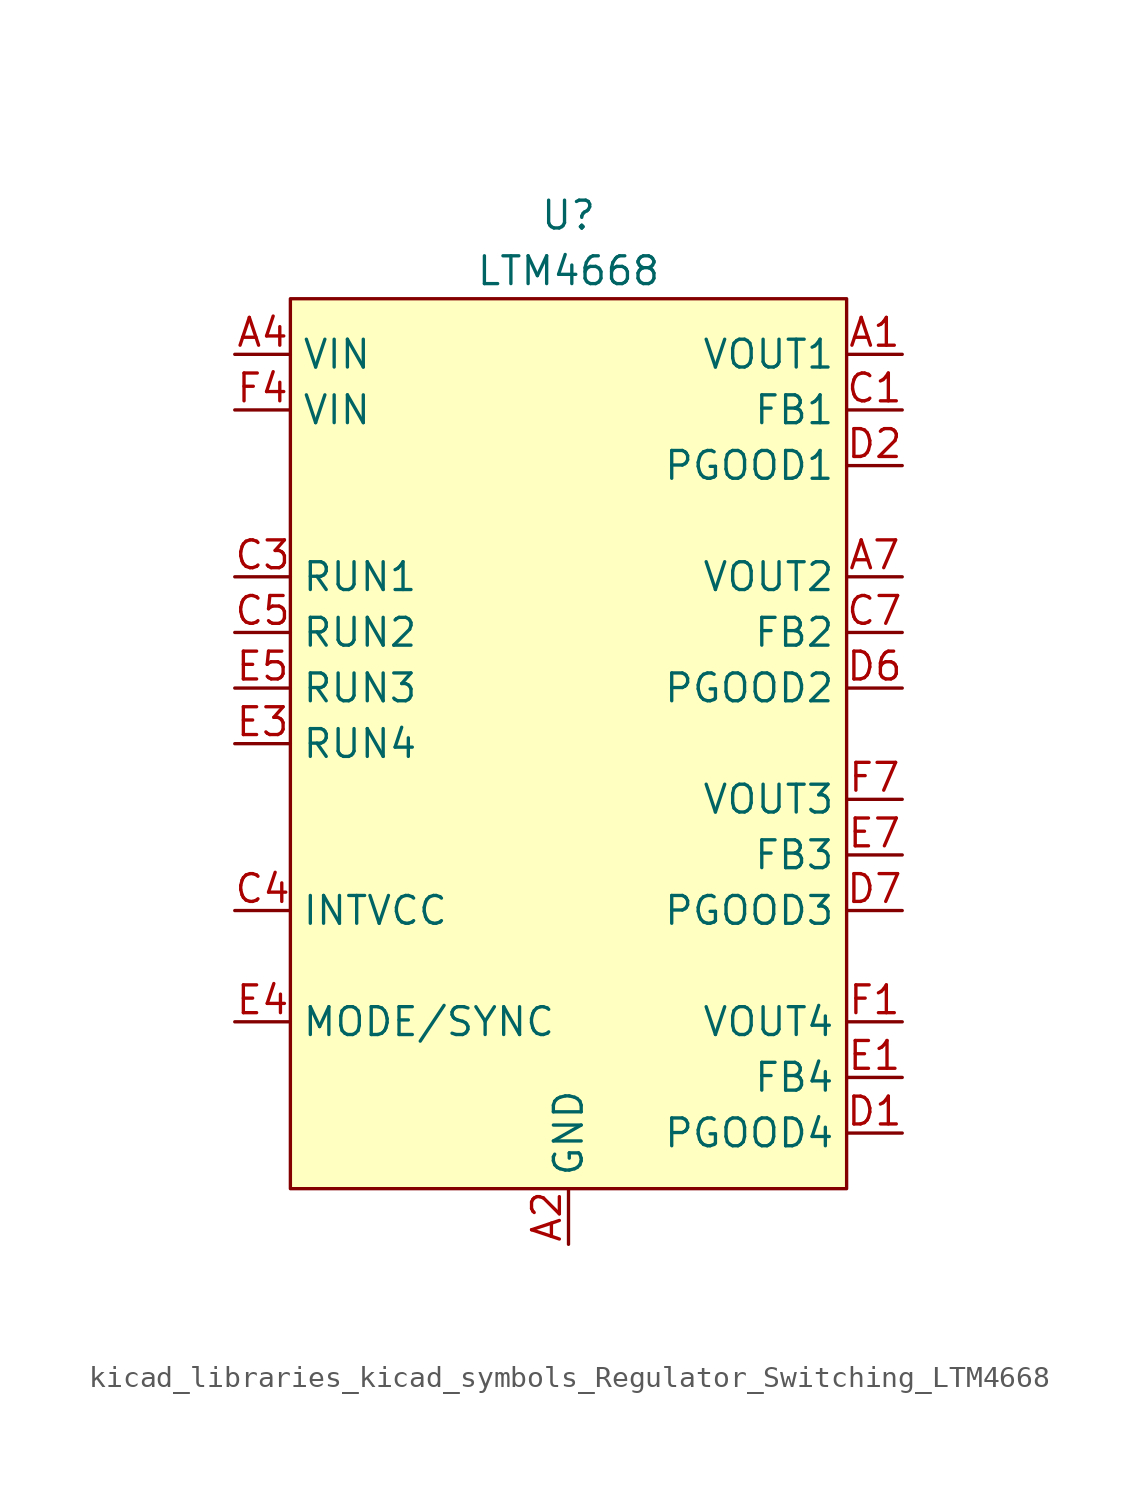
<source format=kicad_sym>
(kicad_symbol_lib
  (version 20220914)
  (generator kicad_symbol_editor)
  (symbol "kicad_libraries_kicad_symbols_Regulator_Switching_LTM4668"
    (property "Reference" "U"
      (at 0 24.13 0)
      (effects (font (size 1.27 1.27))))
    (property "Value" "LTM4668"
      (at 0 21.59 0)
      (effects (font (size 1.27 1.27))))
    (symbol "kicad_libraries_kicad_symbols_Regulator_Switching_LTM4668_1_1"
      (rectangle (start -12.7 20.32) (end 12.7 -20.32) (stroke (width 0) (type default)) (fill (type background)))
      (pin power_out line (at 15.24 17.78 180) (length 2.54) (name "VOUT1" (effects (font (size 1.27 1.27)))) (number "A1" (effects (font (size 1.27 1.27)))))
      (pin power_in line (at 0 -22.86 90) (length 2.54) (name "GND" (effects (font (size 1.27 1.27)))) (number "A2" (effects (font (size 1.27 1.27)))))
      (pin passive line (at 0 -22.86 90) (length 2.54) hide (name "GND" (effects (font (size 1.27 1.27)))) (number "A3" (effects (font (size 1.27 1.27)))))
      (pin power_in line (at -15.24 17.78 0) (length 2.54) (name "VIN" (effects (font (size 1.27 1.27)))) (number "A4" (effects (font (size 1.27 1.27)))))
      (pin passive line (at 0 -22.86 90) (length 2.54) hide (name "GND" (effects (font (size 1.27 1.27)))) (number "A5" (effects (font (size 1.27 1.27)))))
      (pin passive line (at 0 -22.86 90) (length 2.54) hide (name "GND" (effects (font (size 1.27 1.27)))) (number "A6" (effects (font (size 1.27 1.27)))))
      (pin power_out line (at 15.24 7.62 180) (length 2.54) (name "VOUT2" (effects (font (size 1.27 1.27)))) (number "A7" (effects (font (size 1.27 1.27)))))
      (pin passive line (at 15.24 17.78 180) (length 2.54) hide (name "VOUT1" (effects (font (size 1.27 1.27)))) (number "B1" (effects (font (size 1.27 1.27)))))
      (pin passive line (at 0 -22.86 90) (length 2.54) hide (name "GND" (effects (font (size 1.27 1.27)))) (number "B2" (effects (font (size 1.27 1.27)))))
      (pin passive line (at 0 -22.86 90) (length 2.54) hide (name "GND" (effects (font (size 1.27 1.27)))) (number "B3" (effects (font (size 1.27 1.27)))))
      (pin passive line (at -15.24 17.78 0) (length 2.54) hide (name "VIN" (effects (font (size 1.27 1.27)))) (number "B4" (effects (font (size 1.27 1.27)))))
      (pin passive line (at 0 -22.86 90) (length 2.54) hide (name "GND" (effects (font (size 1.27 1.27)))) (number "B5" (effects (font (size 1.27 1.27)))))
      (pin passive line (at 0 -22.86 90) (length 2.54) hide (name "GND" (effects (font (size 1.27 1.27)))) (number "B6" (effects (font (size 1.27 1.27)))))
      (pin passive line (at 15.24 7.62 180) (length 2.54) hide (name "VOUT2" (effects (font (size 1.27 1.27)))) (number "B7" (effects (font (size 1.27 1.27)))))
      (pin output line (at 15.24 15.24 180) (length 2.54) (name "FB1" (effects (font (size 1.27 1.27)))) (number "C1" (effects (font (size 1.27 1.27)))))
      (pin passive line (at 0 -22.86 90) (length 2.54) hide (name "GND" (effects (font (size 1.27 1.27)))) (number "C2" (effects (font (size 1.27 1.27)))))
      (pin input line (at -15.24 7.62 0) (length 2.54) (name "RUN1" (effects (font (size 1.27 1.27)))) (number "C3" (effects (font (size 1.27 1.27)))))
      (pin output line (at -15.24 -7.62 0) (length 2.54) (name "INTVCC" (effects (font (size 1.27 1.27)))) (number "C4" (effects (font (size 1.27 1.27)))))
      (pin input line (at -15.24 5.08 0) (length 2.54) (name "RUN2" (effects (font (size 1.27 1.27)))) (number "C5" (effects (font (size 1.27 1.27)))))
      (pin passive line (at 0 -22.86 90) (length 2.54) hide (name "GND" (effects (font (size 1.27 1.27)))) (number "C6" (effects (font (size 1.27 1.27)))))
      (pin output line (at 15.24 5.08 180) (length 2.54) (name "FB2" (effects (font (size 1.27 1.27)))) (number "C7" (effects (font (size 1.27 1.27)))))
      (pin open_collector line (at 15.24 -17.78 180) (length 2.54) (name "PGOOD4" (effects (font (size 1.27 1.27)))) (number "D1" (effects (font (size 1.27 1.27)))))
      (pin open_collector line (at 15.24 12.7 180) (length 2.54) (name "PGOOD1" (effects (font (size 1.27 1.27)))) (number "D2" (effects (font (size 1.27 1.27)))))
      (pin passive line (at 0 -22.86 90) (length 2.54) hide (name "GND" (effects (font (size 1.27 1.27)))) (number "D3" (effects (font (size 1.27 1.27)))))
      (pin passive line (at 0 -22.86 90) (length 2.54) hide (name "GND" (effects (font (size 1.27 1.27)))) (number "D4" (effects (font (size 1.27 1.27)))))
      (pin passive line (at 0 -22.86 90) (length 2.54) hide (name "GND" (effects (font (size 1.27 1.27)))) (number "D5" (effects (font (size 1.27 1.27)))))
      (pin open_collector line (at 15.24 2.54 180) (length 2.54) (name "PGOOD2" (effects (font (size 1.27 1.27)))) (number "D6" (effects (font (size 1.27 1.27)))))
      (pin open_collector line (at 15.24 -7.62 180) (length 2.54) (name "PGOOD3" (effects (font (size 1.27 1.27)))) (number "D7" (effects (font (size 1.27 1.27)))))
      (pin output line (at 15.24 -15.24 180) (length 2.54) (name "FB4" (effects (font (size 1.27 1.27)))) (number "E1" (effects (font (size 1.27 1.27)))))
      (pin passive line (at 0 -22.86 90) (length 2.54) hide (name "GND" (effects (font (size 1.27 1.27)))) (number "E2" (effects (font (size 1.27 1.27)))))
      (pin input line (at -15.24 0 0) (length 2.54) (name "RUN4" (effects (font (size 1.27 1.27)))) (number "E3" (effects (font (size 1.27 1.27)))))
      (pin input line (at -15.24 -12.7 0) (length 2.54) (name "MODE/SYNC" (effects (font (size 1.27 1.27)))) (number "E4" (effects (font (size 1.27 1.27)))))
      (pin input line (at -15.24 2.54 0) (length 2.54) (name "RUN3" (effects (font (size 1.27 1.27)))) (number "E5" (effects (font (size 1.27 1.27)))))
      (pin passive line (at 0 -22.86 90) (length 2.54) hide (name "GND" (effects (font (size 1.27 1.27)))) (number "E6" (effects (font (size 1.27 1.27)))))
      (pin output line (at 15.24 -5.08 180) (length 2.54) (name "FB3" (effects (font (size 1.27 1.27)))) (number "E7" (effects (font (size 1.27 1.27)))))
      (pin power_out line (at 15.24 -12.7 180) (length 2.54) (name "VOUT4" (effects (font (size 1.27 1.27)))) (number "F1" (effects (font (size 1.27 1.27)))))
      (pin passive line (at 0 -22.86 90) (length 2.54) hide (name "GND" (effects (font (size 1.27 1.27)))) (number "F2" (effects (font (size 1.27 1.27)))))
      (pin passive line (at 0 -22.86 90) (length 2.54) hide (name "GND" (effects (font (size 1.27 1.27)))) (number "F3" (effects (font (size 1.27 1.27)))))
      (pin power_in line (at -15.24 15.24 0) (length 2.54) (name "VIN" (effects (font (size 1.27 1.27)))) (number "F4" (effects (font (size 1.27 1.27)))))
      (pin passive line (at 0 -22.86 90) (length 2.54) hide (name "GND" (effects (font (size 1.27 1.27)))) (number "F5" (effects (font (size 1.27 1.27)))))
      (pin passive line (at 0 -22.86 90) (length 2.54) hide (name "GND" (effects (font (size 1.27 1.27)))) (number "F6" (effects (font (size 1.27 1.27)))))
      (pin power_out line (at 15.24 -2.54 180) (length 2.54) (name "VOUT3" (effects (font (size 1.27 1.27)))) (number "F7" (effects (font (size 1.27 1.27)))))
      (pin passive line (at 15.24 -12.7 180) (length 2.54) hide (name "VOUT4" (effects (font (size 1.27 1.27)))) (number "G1" (effects (font (size 1.27 1.27)))))
      (pin passive line (at 0 -22.86 90) (length 2.54) hide (name "GND" (effects (font (size 1.27 1.27)))) (number "G2" (effects (font (size 1.27 1.27)))))
      (pin passive line (at 0 -22.86 90) (length 2.54) hide (name "GND" (effects (font (size 1.27 1.27)))) (number "G3" (effects (font (size 1.27 1.27)))))
      (pin passive line (at -15.24 15.24 0) (length 2.54) hide (name "VIN" (effects (font (size 1.27 1.27)))) (number "G4" (effects (font (size 1.27 1.27)))))
      (pin passive line (at 0 -22.86 90) (length 2.54) hide (name "GND" (effects (font (size 1.27 1.27)))) (number "G5" (effects (font (size 1.27 1.27)))))
      (pin passive line (at 0 -22.86 90) (length 2.54) hide (name "GND" (effects (font (size 1.27 1.27)))) (number "G6" (effects (font (size 1.27 1.27)))))
      (pin passive line (at 15.24 -2.54 180) (length 2.54) hide (name "VOUT3" (effects (font (size 1.27 1.27)))) (number "G7" (effects (font (size 1.27 1.27))))))))
</source>
